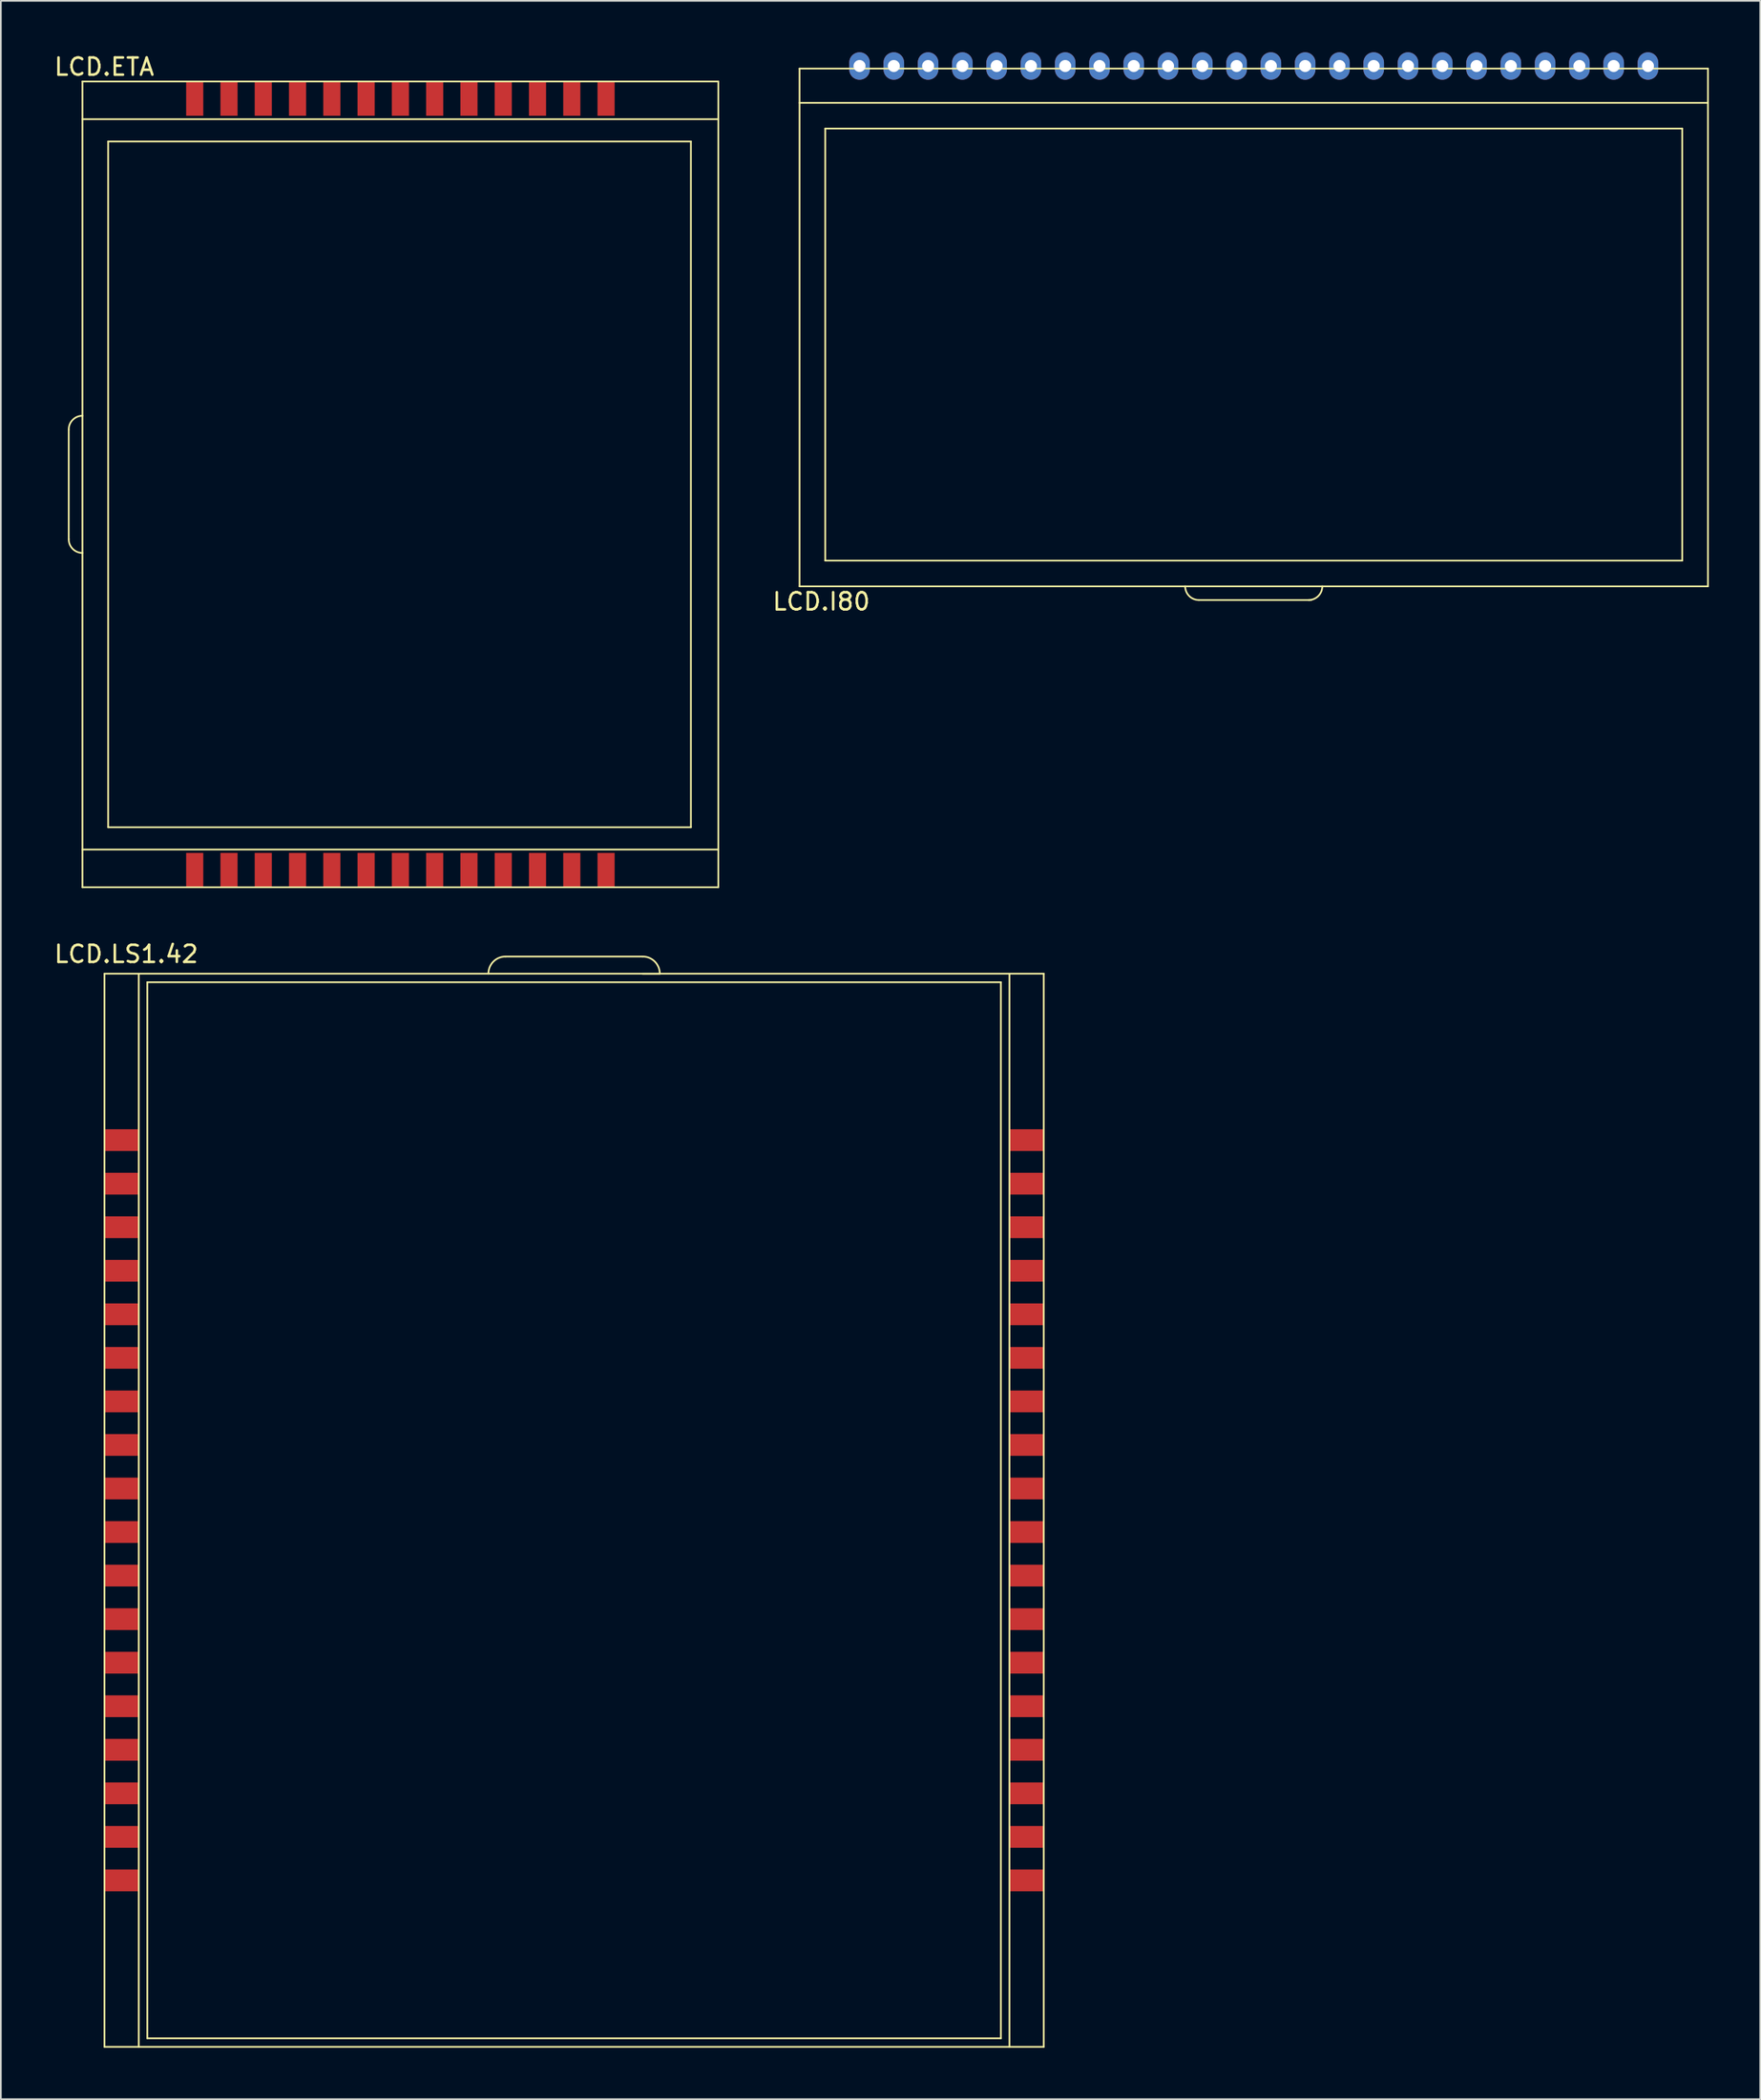
<source format=kicad_pcb>
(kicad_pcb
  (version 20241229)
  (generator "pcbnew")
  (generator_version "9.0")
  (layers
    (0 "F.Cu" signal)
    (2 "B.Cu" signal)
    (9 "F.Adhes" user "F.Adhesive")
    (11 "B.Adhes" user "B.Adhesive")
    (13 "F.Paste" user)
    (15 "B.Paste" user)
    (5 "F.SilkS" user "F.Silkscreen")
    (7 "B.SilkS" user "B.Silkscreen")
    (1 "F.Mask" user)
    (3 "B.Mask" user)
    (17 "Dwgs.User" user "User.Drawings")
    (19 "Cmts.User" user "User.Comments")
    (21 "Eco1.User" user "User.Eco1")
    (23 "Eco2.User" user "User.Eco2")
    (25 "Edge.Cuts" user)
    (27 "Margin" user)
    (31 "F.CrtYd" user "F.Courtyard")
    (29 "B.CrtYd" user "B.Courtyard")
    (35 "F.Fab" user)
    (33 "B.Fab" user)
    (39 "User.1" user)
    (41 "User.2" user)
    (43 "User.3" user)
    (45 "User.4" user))
  (footprint "LCD.LS1.42"
    (layer "F.Cu")
    (at 30.096 84.477)
    (property "Reference" "LCD.LS1.42" (at -25.781 -31.877 0) (layer "F.SilkS") (effects (font (size 1 1) (thickness 0.15))))
    (attr through_hole)
    (fp_line (start -27.051 -30.734) (end -27.051 31.866) (stroke (width 0.1) (type solid)) (layer "F.SilkS"))
    (fp_line (start -27.051 -30.734) (end 27.749 -30.734) (stroke (width 0.1) (type solid)) (layer "F.SilkS"))
    (fp_line (start -27.051 31.866) (end 27.749 31.866) (stroke (width 0.1) (type solid)) (layer "F.SilkS"))
    (fp_line (start -25.051 -30.734) (end -25.051 31.866) (stroke (width 0.1) (type solid)) (layer "F.SilkS"))
    (fp_line (start -24.551 -30.234) (end -24.551 31.366) (stroke (width 0.1) (type solid)) (layer "F.SilkS"))
    (fp_line (start -24.551 -30.234) (end 25.249 -30.234) (stroke (width 0.1) (type solid)) (layer "F.SilkS"))
    (fp_line (start -24.551 31.366) (end 25.249 31.366) (stroke (width 0.1) (type solid)) (layer "F.SilkS"))
    (fp_line (start -3.651 -31.734) (end 4.349 -31.734) (stroke (width 0.1) (type solid)) (layer "F.SilkS"))
    (fp_line (start 5.349 -30.734) (end 4.349 -30.734) (stroke (width 0.1) (type solid)) (layer "F.SilkS"))
    (fp_line (start 25.249 -30.234) (end 25.249 31.366) (stroke (width 0.1) (type solid)) (layer "F.SilkS"))
    (fp_line (start 25.749 -30.734) (end 25.749 31.866) (stroke (width 0.1) (type solid)) (layer "F.SilkS"))
    (fp_line (start 27.749 -30.734) (end 27.749 31.866) (stroke (width 0.1) (type solid)) (layer "F.SilkS"))
    (fp_arc (start -4.651 -30.734) (mid -4.358107 -31.441107) (end -3.651 -31.734) (stroke (width 0.1) (type solid)) (layer "F.SilkS"))
    (fp_arc (start 4.349 -31.734) (mid 5.056107 -31.441107) (end 5.349 -30.734) (stroke (width 0.1) (type solid)) (layer "F.SilkS"))
    (pad "1" smd rect (at -26.051 -21.024) (size 2 1.27) (layers "F.Cu" "F.Mask" "F.Paste"))
    (pad "2" smd rect (at -26.051 -18.484) (size 2 1.27) (layers "F.Cu" "F.Mask" "F.Paste"))
    (pad "3" smd rect (at -26.051 -15.944) (size 2 1.27) (layers "F.Cu" "F.Mask" "F.Paste"))
    (pad "4" smd rect (at -26.051 -13.404) (size 2 1.27) (layers "F.Cu" "F.Mask" "F.Paste"))
    (pad "5" smd rect (at -26.051 -10.864) (size 2 1.27) (layers "F.Cu" "F.Mask" "F.Paste"))
    (pad "6" smd rect (at -26.051 -8.324) (size 2 1.27) (layers "F.Cu" "F.Mask" "F.Paste"))
    (pad "7" smd rect (at -26.051 -5.784) (size 2 1.27) (layers "F.Cu" "F.Mask" "F.Paste"))
    (pad "8" smd rect (at -26.051 -3.244) (size 2 1.27) (layers "F.Cu" "F.Mask" "F.Paste"))
    (pad "9" smd rect (at -26.051 -0.704) (size 2 1.27) (layers "F.Cu" "F.Mask" "F.Paste"))
    (pad "10" smd rect (at -26.051 1.836) (size 2 1.27) (layers "F.Cu" "F.Mask" "F.Paste"))
    (pad "11" smd rect (at -26.051 4.376) (size 2 1.27) (layers "F.Cu" "F.Mask" "F.Paste"))
    (pad "12" smd rect (at -26.051 6.916) (size 2 1.27) (layers "F.Cu" "F.Mask" "F.Paste"))
    (pad "13" smd rect (at -26.051 9.456) (size 2 1.27) (layers "F.Cu" "F.Mask" "F.Paste"))
    (pad "14" smd rect (at -26.051 11.996) (size 2 1.27) (layers "F.Cu" "F.Mask" "F.Paste"))
    (pad "15" smd rect (at -26.051 14.536) (size 2 1.27) (layers "F.Cu" "F.Mask" "F.Paste"))
    (pad "16" smd rect (at -26.051 17.076) (size 2 1.27) (layers "F.Cu" "F.Mask" "F.Paste"))
    (pad "17" smd rect (at -26.051 19.616) (size 2 1.27) (layers "F.Cu" "F.Mask" "F.Paste"))
    (pad "18" smd rect (at -26.051 22.156) (size 2 1.27) (layers "F.Cu" "F.Mask" "F.Paste"))
    (pad "19" smd rect (at 26.749 22.156) (size 2 1.27) (layers "F.Cu" "F.Mask" "F.Paste"))
    (pad "20" smd rect (at 26.749 19.616) (size 2 1.27) (layers "F.Cu" "F.Mask" "F.Paste"))
    (pad "21" smd rect (at 26.749 17.076) (size 2 1.27) (layers "F.Cu" "F.Mask" "F.Paste"))
    (pad "22" smd rect (at 26.749 14.536) (size 2 1.27) (layers "F.Cu" "F.Mask" "F.Paste"))
    (pad "23" smd rect (at 26.749 11.996) (size 2 1.27) (layers "F.Cu" "F.Mask" "F.Paste"))
    (pad "24" smd rect (at 26.749 9.456) (size 2 1.27) (layers "F.Cu" "F.Mask" "F.Paste"))
    (pad "25" smd rect (at 26.749 6.916) (size 2 1.27) (layers "F.Cu" "F.Mask" "F.Paste"))
    (pad "26" smd rect (at 26.749 4.376) (size 2 1.27) (layers "F.Cu" "F.Mask" "F.Paste"))
    (pad "27" smd rect (at 26.749 1.836) (size 2 1.27) (layers "F.Cu" "F.Mask" "F.Paste"))
    (pad "28" smd rect (at 26.749 -0.704) (size 2 1.27) (layers "F.Cu" "F.Mask" "F.Paste"))
    (pad "29" smd rect (at 26.749 -3.244) (size 2 1.27) (layers "F.Cu" "F.Mask" "F.Paste"))
    (pad "30" smd rect (at 26.749 -5.784) (size 2 1.27) (layers "F.Cu" "F.Mask" "F.Paste"))
    (pad "31" smd rect (at 26.749 -8.324) (size 2 1.27) (layers "F.Cu" "F.Mask" "F.Paste"))
    (pad "32" smd rect (at 26.749 -10.864) (size 2 1.27) (layers "F.Cu" "F.Mask" "F.Paste"))
    (pad "33" smd rect (at 26.749 -13.404) (size 2 1.27) (layers "F.Cu" "F.Mask" "F.Paste"))
    (pad "34" smd rect (at 26.749 -15.944) (size 2 1.27) (layers "F.Cu" "F.Mask" "F.Paste"))
    (pad "35" smd rect (at 26.749 -18.484) (size 2 1.27) (layers "F.Cu" "F.Mask" "F.Paste"))
    (pad "36" smd rect (at 26.749 -21.024) (size 2 1.27) (layers "F.Cu" "F.Mask" "F.Paste")))
  (footprint "LCD.ETA"
    (layer "F.Cu")
    (at 18.524 27.493)
    (property "Reference" "LCD.ETA" (at -15.494 -26.645 0) (layer "F.SilkS") (effects (font (size 1 1) (thickness 0.15))))
    (attr through_hole)
    (fp_line (start -17.564 0.909) (end -17.564 -5.491) (stroke (width 0.1) (type solid)) (layer "F.SilkS"))
    (fp_line (start -16.764 -25.791) (end 20.336 -25.791) (stroke (width 0.1) (type solid)) (layer "F.SilkS"))
    (fp_line (start -16.764 -23.591) (end 20.336 -23.591) (stroke (width 0.1) (type solid)) (layer "F.SilkS"))
    (fp_line (start -16.764 19.009) (end 20.336 19.009) (stroke (width 0.1) (type solid)) (layer "F.SilkS"))
    (fp_line (start -16.764 21.209) (end -16.764 -25.791) (stroke (width 0.1) (type solid)) (layer "F.SilkS"))
    (fp_line (start -16.764 21.209) (end 20.336 21.209) (stroke (width 0.1) (type solid)) (layer "F.SilkS"))
    (fp_line (start -15.265 -22.291) (end 18.736 -22.291) (stroke (width 0.1) (type solid)) (layer "F.SilkS"))
    (fp_line (start -15.264 17.709) (end -15.264 -22.291) (stroke (width 0.1) (type solid)) (layer "F.SilkS"))
    (fp_line (start -15.264 17.709) (end 18.736 17.709) (stroke (width 0.1) (type solid)) (layer "F.SilkS"))
    (fp_line (start 18.736 17.709) (end 18.736 -22.291) (stroke (width 0.1) (type solid)) (layer "F.SilkS"))
    (fp_line (start 20.336 21.209) (end 20.336 -25.791) (stroke (width 0.1) (type solid)) (layer "F.SilkS"))
    (fp_arc (start -17.564 -5.491) (mid -17.329685 -6.056685) (end -16.764 -6.291) (stroke (width 0.1) (type solid)) (layer "F.SilkS"))
    (fp_arc (start -16.764 1.709) (mid -17.329685 1.474685) (end -17.564 0.909) (stroke (width 0.1) (type solid)) (layer "F.SilkS"))
    (pad "1" smd rect (at -10.214 20.209) (size 1 2) (layers "F.Cu" "F.Mask" "F.Paste"))
    (pad "2" smd rect (at -8.214 20.209) (size 1 2) (layers "F.Cu" "F.Mask" "F.Paste"))
    (pad "3" smd rect (at -6.214 20.209) (size 1 2) (layers "F.Cu" "F.Mask" "F.Paste"))
    (pad "4" smd rect (at -4.214 20.209) (size 1 2) (layers "F.Cu" "F.Mask" "F.Paste"))
    (pad "5" smd rect (at -2.214 20.209) (size 1 2) (layers "F.Cu" "F.Mask" "F.Paste"))
    (pad "6" smd rect (at -0.214 20.209) (size 1 2) (layers "F.Cu" "F.Mask" "F.Paste"))
    (pad "7" smd rect (at 1.786 20.209) (size 1 2) (layers "F.Cu" "F.Mask" "F.Paste"))
    (pad "8" smd rect (at 3.786 20.209) (size 1 2) (layers "F.Cu" "F.Mask" "F.Paste"))
    (pad "9" smd rect (at 5.786 20.209) (size 1 2) (layers "F.Cu" "F.Mask" "F.Paste"))
    (pad "10" smd rect (at 7.786 20.209) (size 1 2) (layers "F.Cu" "F.Mask" "F.Paste"))
    (pad "11" smd rect (at 9.786 20.209) (size 1 2) (layers "F.Cu" "F.Mask" "F.Paste"))
    (pad "12" smd rect (at 11.786 20.209) (size 1 2) (layers "F.Cu" "F.Mask" "F.Paste"))
    (pad "13" smd rect (at 13.786 20.209) (size 1 2) (layers "F.Cu" "F.Mask" "F.Paste"))
    (pad "14" smd rect (at 13.786 -24.791) (size 1 2) (layers "F.Cu" "F.Mask" "F.Paste"))
    (pad "15" smd rect (at 11.786 -24.791) (size 1 2) (layers "F.Cu" "F.Mask" "F.Paste"))
    (pad "16" smd rect (at 9.786 -24.791) (size 1 2) (layers "F.Cu" "F.Mask" "F.Paste"))
    (pad "17" smd rect (at 7.786 -24.791) (size 1 2) (layers "F.Cu" "F.Mask" "F.Paste"))
    (pad "18" smd rect (at 5.786 -24.791) (size 1 2) (layers "F.Cu" "F.Mask" "F.Paste"))
    (pad "19" smd rect (at 3.786 -24.791) (size 1 2) (layers "F.Cu" "F.Mask" "F.Paste"))
    (pad "20" smd rect (at 1.786 -24.791) (size 1 2) (layers "F.Cu" "F.Mask" "F.Paste"))
    (pad "21" smd rect (at -0.214 -24.791) (size 1 2) (layers "F.Cu" "F.Mask" "F.Paste"))
    (pad "22" smd rect (at -2.214 -24.791) (size 1 2) (layers "F.Cu" "F.Mask" "F.Paste"))
    (pad "23" smd rect (at -4.214 -24.791) (size 1 2) (layers "F.Cu" "F.Mask" "F.Paste"))
    (pad "24" smd rect (at -6.214 -24.791) (size 1 2) (layers "F.Cu" "F.Mask" "F.Paste"))
    (pad "25" smd rect (at -8.214 -24.791) (size 1 2) (layers "F.Cu" "F.Mask" "F.Paste"))
    (pad "26" smd rect (at -10.214 -24.791) (size 1 2) (layers "F.Cu" "F.Mask" "F.Paste")))
  (footprint "LCD.I80"
    (layer "F.Cu")
    (at 69.76 16.164)
    (property "Reference" "LCD.I80" (at -24.892 15.875 0) (layer "F.SilkS") (effects (font (size 1 1) (thickness 0.15))))
    (attr through_hole)
    (fp_line (start -26.162 -15.214) (end 26.838 -15.214) (stroke (width 0.1) (type solid)) (layer "F.SilkS"))
    (fp_line (start -26.162 -13.214) (end 26.838 -13.214) (stroke (width 0.1) (type solid)) (layer "F.SilkS"))
    (fp_line (start -26.162 14.986) (end -26.162 -15.214) (stroke (width 0.1) (type solid)) (layer "F.SilkS"))
    (fp_line (start -26.162 14.986) (end 26.838 14.986) (stroke (width 0.1) (type solid)) (layer "F.SilkS"))
    (fp_line (start -24.663 -11.714) (end 25.338 -11.714) (stroke (width 0.1) (type solid)) (layer "F.SilkS"))
    (fp_line (start -24.662 13.486) (end -24.662 -11.714) (stroke (width 0.1) (type solid)) (layer "F.SilkS"))
    (fp_line (start -24.662 13.486) (end 25.338 13.486) (stroke (width 0.1) (type solid)) (layer "F.SilkS"))
    (fp_line (start 3.695 15.786) (end -2.862 15.786) (stroke (width 0.1) (type solid)) (layer "F.SilkS"))
    (fp_line (start 25.338 13.486) (end 25.338 -11.714) (stroke (width 0.1) (type solid)) (layer "F.SilkS"))
    (fp_line (start 26.838 14.986) (end 26.838 -15.214) (stroke (width 0.1) (type solid)) (layer "F.SilkS"))
    (fp_arc (start -2.862 15.786) (mid -3.427685 15.551685) (end -3.662 14.986) (stroke (width 0.1) (type solid)) (layer "F.SilkS"))
    (fp_arc (start 4.338 14.986) (mid 4.103685 15.551685) (end 3.538 15.786) (stroke (width 0.1) (type solid)) (layer "F.SilkS"))
    (pad "1" thru_hole oval (at -22.662 -15.364) (size 1.2 1.6) (drill 0.7) (layers "*.Cu" "*.Mask"))
    (pad "2" thru_hole oval (at -20.662 -15.364) (size 1.2 1.6) (drill 0.7) (layers "*.Cu" "*.Mask"))
    (pad "3" thru_hole oval (at -18.662 -15.364) (size 1.2 1.6) (drill 0.7) (layers "*.Cu" "*.Mask"))
    (pad "4" thru_hole oval (at -16.662 -15.364) (size 1.2 1.6) (drill 0.7) (layers "*.Cu" "*.Mask"))
    (pad "5" thru_hole oval (at -14.662 -15.364) (size 1.2 1.6) (drill 0.7) (layers "*.Cu" "*.Mask"))
    (pad "6" thru_hole oval (at -12.662 -15.364) (size 1.2 1.6) (drill 0.7) (layers "*.Cu" "*.Mask"))
    (pad "7" thru_hole oval (at -10.662 -15.364) (size 1.2 1.6) (drill 0.7) (layers "*.Cu" "*.Mask"))
    (pad "8" thru_hole oval (at -8.662 -15.364) (size 1.2 1.6) (drill 0.7) (layers "*.Cu" "*.Mask"))
    (pad "9" thru_hole oval (at -6.662 -15.364) (size 1.2 1.6) (drill 0.7) (layers "*.Cu" "*.Mask"))
    (pad "10" thru_hole oval (at -4.662 -15.364) (size 1.2 1.6) (drill 0.7) (layers "*.Cu" "*.Mask"))
    (pad "11" thru_hole oval (at -2.662 -15.364) (size 1.2 1.6) (drill 0.7) (layers "*.Cu" "*.Mask"))
    (pad "12" thru_hole oval (at -0.662 -15.364) (size 1.2 1.6) (drill 0.7) (layers "*.Cu" "*.Mask"))
    (pad "13" thru_hole oval (at 1.338 -15.364) (size 1.2 1.6) (drill 0.7) (layers "*.Cu" "*.Mask"))
    (pad "14" thru_hole oval (at 3.338 -15.364) (size 1.2 1.6) (drill 0.7) (layers "*.Cu" "*.Mask"))
    (pad "15" thru_hole oval (at 5.338 -15.364) (size 1.2 1.6) (drill 0.7) (layers "*.Cu" "*.Mask"))
    (pad "16" thru_hole oval (at 7.338 -15.364) (size 1.2 1.6) (drill 0.7) (layers "*.Cu" "*.Mask"))
    (pad "17" thru_hole oval (at 9.338 -15.364) (size 1.2 1.6) (drill 0.7) (layers "*.Cu" "*.Mask"))
    (pad "18" thru_hole oval (at 11.338 -15.364) (size 1.2 1.6) (drill 0.7) (layers "*.Cu" "*.Mask"))
    (pad "19" thru_hole oval (at 13.338 -15.364) (size 1.2 1.6) (drill 0.7) (layers "*.Cu" "*.Mask"))
    (pad "20" thru_hole oval (at 15.338 -15.364) (size 1.2 1.6) (drill 0.7) (layers "*.Cu" "*.Mask"))
    (pad "21" thru_hole oval (at 17.338 -15.364) (size 1.2 1.6) (drill 0.7) (layers "*.Cu" "*.Mask"))
    (pad "22" thru_hole oval (at 19.338 -15.364) (size 1.2 1.6) (drill 0.7) (layers "*.Cu" "*.Mask"))
    (pad "23" thru_hole oval (at 21.338 -15.364) (size 1.2 1.6) (drill 0.7) (layers "*.Cu" "*.Mask"))
    (pad "24" thru_hole oval (at 23.338 -15.364) (size 1.2 1.6) (drill 0.7) (layers "*.Cu" "*.Mask")))
  (gr_rect
    (start -3 -3)
    (end 99.648 119.393)
    (stroke (width 0.1) (type default))
    (fill no)
    (layer "Edge.Cuts")))
</source>
